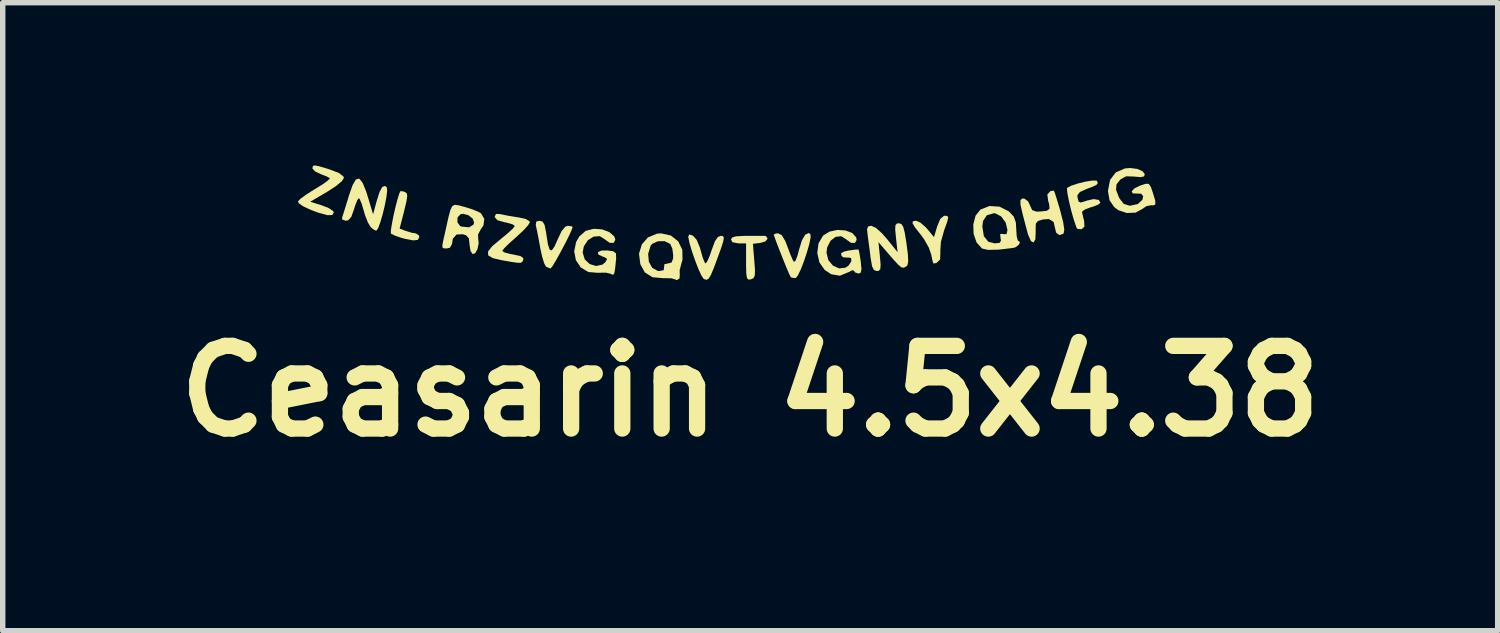
<source format=kicad_pcb>
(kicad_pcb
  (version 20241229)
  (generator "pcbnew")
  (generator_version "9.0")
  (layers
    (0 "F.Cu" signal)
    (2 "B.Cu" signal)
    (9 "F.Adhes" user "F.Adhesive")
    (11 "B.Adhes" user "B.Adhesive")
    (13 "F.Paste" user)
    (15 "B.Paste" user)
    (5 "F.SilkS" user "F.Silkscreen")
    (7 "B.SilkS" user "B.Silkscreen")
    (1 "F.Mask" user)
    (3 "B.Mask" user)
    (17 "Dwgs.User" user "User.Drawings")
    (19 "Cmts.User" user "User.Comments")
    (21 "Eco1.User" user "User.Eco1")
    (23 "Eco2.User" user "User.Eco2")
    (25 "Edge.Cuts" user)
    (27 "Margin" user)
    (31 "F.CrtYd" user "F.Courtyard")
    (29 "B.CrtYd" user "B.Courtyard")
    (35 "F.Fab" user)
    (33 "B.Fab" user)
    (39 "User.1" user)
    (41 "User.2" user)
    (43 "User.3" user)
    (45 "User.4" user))
  (footprint "Ceasarin 4.5x4.38"
    (layer "F.Cu")
    (at 10.784 4.163)
    (property "Reference" "Ceasarin 4.5x4.38" (at 0 0 0) (layer "F.SilkS") (effects (font (size 1.524 1.524) (thickness 0.3))))
    (attr board_only exclude_from_pos_files exclude_from_bom)
    (fp_poly (pts (xy 0.315 -2.827) (xy 0.318 -2.806) (xy 0.277 -2.76) (xy 0.184 -2.733) (xy 0.05 -2.718) (xy 0.076 -2.401) (xy 0.088 -2.233) (xy 0.085 -2.134) (xy 0.062 -2.085) (xy 0.017 -2.063) (xy 0.013 -2.062) (xy -0.033 -2.057) (xy -0.059 -2.085) (xy -0.072 -2.164) (xy -0.076 -2.312) (xy -0.076 -2.382) (xy -0.076 -2.725) (xy -0.215 -2.725) (xy -0.326 -2.746) (xy -0.354 -2.794) (xy -0.334 -2.833) (xy -0.262 -2.855) (xy -0.121 -2.863) (xy -0.053 -2.864) (xy 0.283 -2.864)) (stroke (width 0) (type solid)) (fill yes) (layer "F.SilkS"))
    (fp_poly (pts (xy -6.405 -3.685) (xy -6.369 -3.673) (xy -6.334 -3.649) (xy -6.324 -3.6) (xy -6.338 -3.504) (xy -6.377 -3.341) (xy -6.381 -3.322) (xy -6.465 -2.998) (xy -6.35 -2.954) (xy -6.237 -2.92) (xy -6.168 -2.91) (xy -6.11 -2.873) (xy -6.102 -2.841) (xy -6.128 -2.79) (xy -6.213 -2.78) (xy -6.369 -2.81) (xy -6.426 -2.825) (xy -6.544 -2.865) (xy -6.62 -2.902) (xy -6.625 -2.907) (xy -6.627 -2.959) (xy -6.609 -3.075) (xy -6.579 -3.229) (xy -6.542 -3.393) (xy -6.503 -3.542) (xy -6.469 -3.65) (xy -6.451 -3.688)) (stroke (width 0) (type solid)) (fill yes) (layer "F.SilkS"))
    (fp_poly (pts (xy 3.637 -3.229) (xy 3.651 -3.198) (xy 3.633 -3.123) (xy 3.582 -2.982) (xy 3.579 -2.975) (xy 3.517 -2.755) (xy 3.505 -2.578) (xy 3.507 -2.561) (xy 3.502 -2.428) (xy 3.433 -2.362) (xy 3.379 -2.354) (xy 3.364 -2.395) (xy 3.343 -2.494) (xy 3.339 -2.517) (xy 3.294 -2.646) (xy 3.208 -2.799) (xy 3.148 -2.881) (xy 3.042 -3.015) (xy 2.994 -3.094) (xy 2.999 -3.132) (xy 3.052 -3.142) (xy 3.061 -3.142) (xy 3.137 -3.109) (xy 3.234 -3.025) (xy 3.264 -2.992) (xy 3.389 -2.841) (xy 3.448 -3.038) (xy 3.505 -3.176) (xy 3.572 -3.232) (xy 3.592 -3.235)) (stroke (width 0) (type solid)) (fill yes) (layer "F.SilkS"))
    (fp_poly (pts (xy -1.055 -2.867) (xy -0.986 -2.789) (xy -0.927 -2.645) (xy -0.911 -2.587) (xy -0.873 -2.455) (xy -0.838 -2.371) (xy -0.822 -2.354) (xy -0.791 -2.395) (xy -0.746 -2.499) (xy -0.708 -2.609) (xy -0.65 -2.765) (xy -0.594 -2.845) (xy -0.541 -2.864) (xy -0.501 -2.858) (xy -0.486 -2.828) (xy -0.498 -2.757) (xy -0.539 -2.63) (xy -0.593 -2.482) (xy -0.669 -2.276) (xy -0.724 -2.144) (xy -0.767 -2.074) (xy -0.805 -2.053) (xy -0.848 -2.066) (xy -0.86 -2.073) (xy -0.899 -2.131) (xy -0.955 -2.252) (xy -1.016 -2.41) (xy -1.074 -2.578) (xy -1.119 -2.729) (xy -1.141 -2.839) (xy -1.142 -2.854) (xy -1.121 -2.89)) (stroke (width 0) (type solid)) (fill yes) (layer "F.SilkS"))
    (fp_poly (pts (xy 1.11 -2.898) (xy 1.115 -2.838) (xy 1.091 -2.718) (xy 1.047 -2.563) (xy 0.992 -2.397) (xy 0.933 -2.245) (xy 0.879 -2.133) (xy 0.839 -2.085) (xy 0.839 -2.085) (xy 0.762 -2.093) (xy 0.743 -2.11) (xy 0.715 -2.169) (xy 0.665 -2.287) (xy 0.604 -2.438) (xy 0.54 -2.599) (xy 0.484 -2.744) (xy 0.446 -2.849) (xy 0.434 -2.888) (xy 0.472 -2.907) (xy 0.517 -2.91) (xy 0.583 -2.876) (xy 0.648 -2.766) (xy 0.686 -2.667) (xy 0.739 -2.525) (xy 0.785 -2.419) (xy 0.806 -2.384) (xy 0.834 -2.403) (xy 0.87 -2.493) (xy 0.901 -2.609) (xy 0.953 -2.78) (xy 1.015 -2.886) (xy 1.079 -2.916)) (stroke (width 0) (type solid)) (fill yes) (layer "F.SilkS"))
    (fp_poly (pts (xy -3.828 -3.126) (xy -3.791 -3.063) (xy -3.765 -2.933) (xy -3.76 -2.899) (xy -3.73 -2.709) (xy -3.698 -2.608) (xy -3.659 -2.595) (xy -3.609 -2.667) (xy -3.554 -2.79) (xy -3.478 -2.951) (xy -3.41 -3.033) (xy -3.362 -3.049) (xy -3.289 -3.039) (xy -3.274 -3.025) (xy -3.295 -2.966) (xy -3.347 -2.853) (xy -3.42 -2.709) (xy -3.502 -2.555) (xy -3.58 -2.414) (xy -3.643 -2.31) (xy -3.679 -2.263) (xy -3.681 -2.262) (xy -3.747 -2.286) (xy -3.766 -2.297) (xy -3.799 -2.357) (xy -3.837 -2.482) (xy -3.873 -2.646) (xy -3.874 -2.655) (xy -3.906 -2.829) (xy -3.935 -2.975) (xy -3.954 -3.061) (xy -3.954 -3.061) (xy -3.945 -3.127) (xy -3.885 -3.142)) (stroke (width 0) (type solid)) (fill yes) (layer "F.SilkS"))
    (fp_poly (pts (xy -7.964 -4.151) (xy -7.83 -4.112) (xy -7.759 -4.09) (xy -7.585 -4.023) (xy -7.501 -3.959) (xy -7.492 -3.931) (xy -7.531 -3.871) (xy -7.636 -3.784) (xy -7.789 -3.683) (xy -7.803 -3.675) (xy -8.114 -3.493) (xy -7.896 -3.425) (xy -7.77 -3.375) (xy -7.691 -3.321) (xy -7.678 -3.296) (xy -7.706 -3.248) (xy -7.794 -3.245) (xy -7.95 -3.286) (xy -8.1 -3.341) (xy -8.241 -3.407) (xy -8.325 -3.466) (xy -8.34 -3.499) (xy -8.293 -3.548) (xy -8.186 -3.626) (xy -8.042 -3.717) (xy -8.024 -3.728) (xy -7.884 -3.814) (xy -7.788 -3.884) (xy -7.751 -3.924) (xy -7.752 -3.927) (xy -7.809 -3.959) (xy -7.915 -4) (xy -7.924 -4.004) (xy -8.024 -4.052) (xy -8.071 -4.103) (xy -8.072 -4.108) (xy -8.066 -4.148) (xy -8.036 -4.163)) (stroke (width 0) (type solid)) (fill yes) (layer "F.SilkS"))
    (fp_poly (pts (xy 6.383 -3.883) (xy 6.395 -3.876) (xy 6.41 -3.835) (xy 6.382 -3.801) (xy 6.295 -3.762) (xy 6.201 -3.728) (xy 6.08 -3.673) (xy 6.034 -3.613) (xy 6.035 -3.577) (xy 6.054 -3.498) (xy 6.093 -3.478) (xy 6.182 -3.504) (xy 6.206 -3.513) (xy 6.334 -3.542) (xy 6.427 -3.526) (xy 6.459 -3.476) (xy 6.419 -3.441) (xy 6.319 -3.401) (xy 6.285 -3.392) (xy 6.177 -3.353) (xy 6.121 -3.312) (xy 6.119 -3.302) (xy 6.136 -3.225) (xy 6.158 -3.136) (xy 6.163 -3.034) (xy 6.113 -2.987) (xy 6.039 -2.99) (xy 6.017 -3.015) (xy 5.967 -3.162) (xy 5.919 -3.332) (xy 5.879 -3.499) (xy 5.851 -3.641) (xy 5.841 -3.731) (xy 5.845 -3.749) (xy 5.92 -3.789) (xy 6.042 -3.829) (xy 6.18 -3.863) (xy 6.304 -3.883)) (stroke (width 0) (type solid)) (fill yes) (layer "F.SilkS"))
    (fp_poly (pts (xy 2.788 -3.082) (xy 2.822 -3.03) (xy 2.85 -2.921) (xy 2.88 -2.74) (xy 2.883 -2.716) (xy 2.908 -2.519) (xy 2.914 -2.394) (xy 2.901 -2.326) (xy 2.879 -2.3) (xy 2.834 -2.277) (xy 2.792 -2.281) (xy 2.735 -2.326) (xy 2.647 -2.421) (xy 2.564 -2.516) (xy 2.365 -2.748) (xy 2.392 -2.482) (xy 2.405 -2.331) (xy 2.399 -2.251) (xy 2.371 -2.219) (xy 2.335 -2.215) (xy 2.281 -2.234) (xy 2.247 -2.304) (xy 2.222 -2.446) (xy 2.22 -2.458) (xy 2.198 -2.639) (xy 2.174 -2.814) (xy 2.166 -2.876) (xy 2.155 -2.99) (xy 2.177 -3.039) (xy 2.233 -3.049) (xy 2.317 -3.012) (xy 2.432 -2.909) (xy 2.522 -2.806) (xy 2.718 -2.563) (xy 2.688 -2.829) (xy 2.674 -2.98) (xy 2.678 -3.06) (xy 2.706 -3.091) (xy 2.743 -3.096)) (stroke (width 0) (type solid)) (fill yes) (layer "F.SilkS"))
    (fp_poly (pts (xy -7.146 -3.841) (xy -7.078 -3.671) (xy -7.051 -3.583) (xy -6.954 -3.261) (xy -6.892 -3.491) (xy -6.836 -3.67) (xy -6.786 -3.765) (xy -6.736 -3.784) (xy -6.702 -3.761) (xy -6.694 -3.701) (xy -6.708 -3.581) (xy -6.738 -3.425) (xy -6.778 -3.26) (xy -6.822 -3.11) (xy -6.863 -3.001) (xy -6.897 -2.957) (xy -6.898 -2.957) (xy -6.953 -2.986) (xy -6.998 -3.025) (xy -7.049 -3.108) (xy -7.102 -3.244) (xy -7.126 -3.326) (xy -7.165 -3.457) (xy -7.201 -3.542) (xy -7.217 -3.559) (xy -7.247 -3.519) (xy -7.287 -3.417) (xy -7.307 -3.351) (xy -7.356 -3.214) (xy -7.413 -3.151) (xy -7.457 -3.142) (xy -7.524 -3.165) (xy -7.524 -3.206) (xy -7.5 -3.279) (xy -7.458 -3.414) (xy -7.406 -3.583) (xy -7.401 -3.603) (xy -7.332 -3.799) (xy -7.27 -3.905) (xy -7.209 -3.919)) (stroke (width 0) (type solid)) (fill yes) (layer "F.SilkS"))
    (fp_poly (pts (xy 5.617 -3.657) (xy 5.652 -3.547) (xy 5.7 -3.389) (xy 5.718 -3.325) (xy 5.772 -3.114) (xy 5.792 -2.978) (xy 5.779 -2.908) (xy 5.775 -2.903) (xy 5.702 -2.877) (xy 5.642 -2.922) (xy 5.624 -2.994) (xy 5.595 -3.12) (xy 5.509 -3.174) (xy 5.398 -3.166) (xy 5.306 -3.138) (xy 5.267 -3.089) (xy 5.263 -2.986) (xy 5.265 -2.946) (xy 5.259 -2.801) (xy 5.225 -2.741) (xy 5.177 -2.767) (xy 5.125 -2.883) (xy 5.115 -2.919) (xy 5.07 -3.088) (xy 5.027 -3.252) (xy 5.02 -3.281) (xy 4.984 -3.439) (xy 4.984 -3.525) (xy 5.021 -3.553) (xy 5.055 -3.551) (xy 5.125 -3.499) (xy 5.162 -3.42) (xy 5.199 -3.339) (xy 5.276 -3.311) (xy 5.342 -3.312) (xy 5.47 -3.326) (xy 5.521 -3.366) (xy 5.512 -3.453) (xy 5.495 -3.507) (xy 5.479 -3.627) (xy 5.536 -3.689) (xy 5.599 -3.698)) (stroke (width 0) (type solid)) (fill yes) (layer "F.SilkS"))
    (fp_poly (pts (xy -1.463 -2.87) (xy -1.328 -2.763) (xy -1.252 -2.608) (xy -1.248 -2.425) (xy -1.272 -2.343) (xy -1.301 -2.228) (xy -1.299 -2.147) (xy -1.303 -2.079) (xy -1.351 -2.047) (xy -1.393 -2.064) (xy -1.456 -2.081) (xy -1.571 -2.084) (xy -1.603 -2.083) (xy -1.802 -2.101) (xy -1.943 -2.19) (xy -2.026 -2.341) (xy -2.05 -2.531) (xy -1.882 -2.531) (xy -1.869 -2.386) (xy -1.807 -2.274) (xy -1.704 -2.217) (xy -1.675 -2.215) (xy -1.594 -2.231) (xy -1.589 -2.285) (xy -1.582 -2.341) (xy -1.518 -2.354) (xy -1.45 -2.372) (xy -1.423 -2.442) (xy -1.42 -2.507) (xy -1.436 -2.63) (xy -1.475 -2.714) (xy -1.476 -2.716) (xy -1.579 -2.766) (xy -1.704 -2.764) (xy -1.808 -2.716) (xy -1.836 -2.682) (xy -1.882 -2.531) (xy -2.05 -2.531) (xy -2.05 -2.536) (xy -1.998 -2.707) (xy -1.884 -2.836) (xy -1.718 -2.904) (xy -1.644 -2.91)) (stroke (width 0) (type solid)) (fill yes) (layer "F.SilkS"))
    (fp_poly (pts (xy -4.606 -3.265) (xy -4.595 -3.262) (xy -4.476 -3.237) (xy -4.319 -3.211) (xy -4.271 -3.204) (xy -4.137 -3.174) (xy -4.068 -3.131) (xy -4.062 -3.116) (xy -4.096 -3.059) (xy -4.183 -2.963) (xy -4.306 -2.849) (xy -4.317 -2.839) (xy -4.442 -2.728) (xy -4.533 -2.638) (xy -4.572 -2.588) (xy -4.572 -2.586) (xy -4.531 -2.558) (xy -4.427 -2.53) (xy -4.366 -2.519) (xy -4.236 -2.491) (xy -4.184 -2.453) (xy -4.186 -2.421) (xy -4.201 -2.386) (xy -4.228 -2.368) (xy -4.286 -2.367) (xy -4.394 -2.382) (xy -4.573 -2.413) (xy -4.584 -2.415) (xy -4.749 -2.454) (xy -4.832 -2.505) (xy -4.834 -2.576) (xy -4.754 -2.676) (xy -4.595 -2.809) (xy -4.469 -2.913) (xy -4.377 -2.998) (xy -4.341 -3.045) (xy -4.341 -3.046) (xy -4.381 -3.076) (xy -4.484 -3.106) (xy -4.526 -3.114) (xy -4.661 -3.151) (xy -4.711 -3.209) (xy -4.711 -3.217) (xy -4.688 -3.268)) (stroke (width 0) (type solid)) (fill yes) (layer "F.SilkS"))
    (fp_poly (pts (xy -2.73 -2.983) (xy -2.595 -2.931) (xy -2.506 -2.853) (xy -2.487 -2.793) (xy -2.517 -2.735) (xy -2.589 -2.734) (xy -2.669 -2.791) (xy -2.672 -2.794) (xy -2.773 -2.858) (xy -2.888 -2.85) (xy -2.994 -2.783) (xy -3.068 -2.67) (xy -3.089 -2.556) (xy -3.052 -2.431) (xy -2.96 -2.344) (xy -2.841 -2.308) (xy -2.724 -2.334) (xy -2.67 -2.38) (xy -2.638 -2.438) (xy -2.685 -2.47) (xy -2.711 -2.478) (xy -2.8 -2.519) (xy -2.809 -2.562) (xy -2.746 -2.592) (xy -2.635 -2.595) (xy -2.521 -2.578) (xy -2.475 -2.54) (xy -2.472 -2.45) (xy -2.476 -2.408) (xy -2.492 -2.252) (xy -2.507 -2.171) (xy -2.529 -2.145) (xy -2.564 -2.159) (xy -2.574 -2.165) (xy -2.66 -2.185) (xy -2.787 -2.184) (xy -2.809 -2.182) (xy -2.985 -2.197) (xy -3.124 -2.281) (xy -3.214 -2.414) (xy -3.246 -2.577) (xy -3.21 -2.751) (xy -3.152 -2.852) (xy -3.034 -2.956) (xy -2.884 -2.994)) (stroke (width 0) (type solid)) (fill yes) (layer "F.SilkS"))
    (fp_poly (pts (xy 4.597 -3.402) (xy 4.766 -3.317) (xy 4.776 -3.308) (xy 4.862 -3.216) (xy 4.899 -3.109) (xy 4.906 -2.984) (xy 4.914 -2.858) (xy 4.933 -2.782) (xy 4.945 -2.771) (xy 4.976 -2.749) (xy 4.953 -2.7) (xy 4.896 -2.655) (xy 4.856 -2.642) (xy 4.579 -2.609) (xy 4.385 -2.605) (xy 4.276 -2.63) (xy 4.275 -2.63) (xy 4.175 -2.741) (xy 4.12 -2.899) (xy 4.115 -3.037) (xy 4.281 -3.037) (xy 4.308 -2.859) (xy 4.391 -2.755) (xy 4.51 -2.725) (xy 4.602 -2.735) (xy 4.625 -2.78) (xy 4.616 -2.825) (xy 4.61 -2.897) (xy 4.654 -2.901) (xy 4.667 -2.896) (xy 4.727 -2.896) (xy 4.744 -2.97) (xy 4.744 -2.971) (xy 4.711 -3.109) (xy 4.628 -3.222) (xy 4.52 -3.279) (xy 4.496 -3.281) (xy 4.365 -3.245) (xy 4.294 -3.139) (xy 4.281 -3.037) (xy 4.115 -3.037) (xy 4.114 -3.074) (xy 4.155 -3.235) (xy 4.246 -3.349) (xy 4.413 -3.414)) (stroke (width 0) (type solid)) (fill yes) (layer "F.SilkS"))
    (fp_poly (pts (xy 7.138 -4.098) (xy 7.235 -4.055) (xy 7.277 -4) (xy 7.262 -3.96) (xy 7.199 -3.947) (xy 7.088 -3.956) (xy 7.075 -3.958) (xy 6.932 -3.962) (xy 6.828 -3.905) (xy 6.755 -3.814) (xy 6.746 -3.713) (xy 6.8 -3.573) (xy 6.808 -3.557) (xy 6.888 -3.453) (xy 6.997 -3.42) (xy 7.007 -3.42) (xy 7.147 -3.45) (xy 7.232 -3.529) (xy 7.247 -3.595) (xy 7.209 -3.641) (xy 7.147 -3.643) (xy 7.055 -3.647) (xy 7.035 -3.685) (xy 7.085 -3.739) (xy 7.18 -3.786) (xy 7.292 -3.824) (xy 7.351 -3.822) (xy 7.389 -3.764) (xy 7.426 -3.657) (xy 7.468 -3.517) (xy 7.472 -3.445) (xy 7.435 -3.425) (xy 7.398 -3.429) (xy 7.305 -3.411) (xy 7.236 -3.363) (xy 7.106 -3.292) (xy 6.945 -3.285) (xy 6.788 -3.337) (xy 6.712 -3.395) (xy 6.626 -3.52) (xy 6.598 -3.683) (xy 6.598 -3.698) (xy 6.636 -3.895) (xy 6.742 -4.034) (xy 6.91 -4.107) (xy 7.008 -4.115)) (stroke (width 0) (type solid)) (fill yes) (layer "F.SilkS"))
    (fp_poly (pts (xy -5.381 -3.428) (xy -5.276 -3.399) (xy -5.263 -3.396) (xy -5.116 -3.35) (xy -5 -3.301) (xy -4.964 -3.279) (xy -4.903 -3.176) (xy -4.919 -3.056) (xy -4.969 -2.983) (xy -5.018 -2.891) (xy -5.017 -2.829) (xy -5.007 -2.726) (xy -5.029 -2.619) (xy -5.072 -2.543) (xy -5.117 -2.527) (xy -5.156 -2.583) (xy -5.175 -2.691) (xy -5.175 -2.705) (xy -5.188 -2.818) (xy -5.24 -2.874) (xy -5.296 -2.893) (xy -5.415 -2.889) (xy -5.484 -2.81) (xy -5.499 -2.713) (xy -5.537 -2.645) (xy -5.592 -2.632) (xy -5.643 -2.632) (xy -5.671 -2.643) (xy -5.677 -2.685) (xy -5.661 -2.776) (xy -5.625 -2.934) (xy -5.613 -2.989) (xy -5.585 -3.114) (xy -5.399 -3.114) (xy -5.349 -3.045) (xy -5.325 -3.035) (xy -5.184 -3.021) (xy -5.104 -3.07) (xy -5.091 -3.105) (xy -5.117 -3.182) (xy -5.198 -3.245) (xy -5.297 -3.271) (xy -5.341 -3.263) (xy -5.397 -3.202) (xy -5.399 -3.114) (xy -5.585 -3.114) (xy -5.566 -3.2) (xy -5.53 -3.336) (xy -5.496 -3.41) (xy -5.45 -3.436)) (stroke (width 0) (type solid)) (fill yes) (layer "F.SilkS"))
    (fp_poly (pts (xy 1.757 -2.963) (xy 1.88 -2.917) (xy 1.953 -2.838) (xy 1.963 -2.789) (xy 1.932 -2.734) (xy 1.861 -2.734) (xy 1.781 -2.79) (xy 1.778 -2.794) (xy 1.68 -2.857) (xy 1.574 -2.845) (xy 1.48 -2.772) (xy 1.419 -2.65) (xy 1.407 -2.555) (xy 1.441 -2.416) (xy 1.527 -2.314) (xy 1.64 -2.263) (xy 1.757 -2.277) (xy 1.815 -2.317) (xy 1.865 -2.395) (xy 1.861 -2.454) (xy 1.806 -2.465) (xy 1.796 -2.462) (xy 1.713 -2.469) (xy 1.682 -2.498) (xy 1.676 -2.545) (xy 1.741 -2.577) (xy 1.814 -2.593) (xy 1.928 -2.609) (xy 1.993 -2.613) (xy 1.998 -2.612) (xy 2.01 -2.564) (xy 2.029 -2.455) (xy 2.039 -2.385) (xy 2.052 -2.252) (xy 2.04 -2.187) (xy 2 -2.169) (xy 1.993 -2.169) (xy 1.927 -2.193) (xy 1.917 -2.218) (xy 1.886 -2.231) (xy 1.814 -2.195) (xy 1.655 -2.129) (xy 1.496 -2.155) (xy 1.375 -2.234) (xy 1.276 -2.374) (xy 1.237 -2.549) (xy 1.26 -2.725) (xy 1.344 -2.869) (xy 1.463 -2.942) (xy 1.609 -2.973)) (stroke (width 0) (type solid)) (fill yes) (layer "F.SilkS")))
  (gr_rect
    (start -3 -3)
    (end 24.568 8.581)
    (stroke (width 0.1) (type default))
    (fill no)
    (layer "Edge.Cuts")))
</source>
